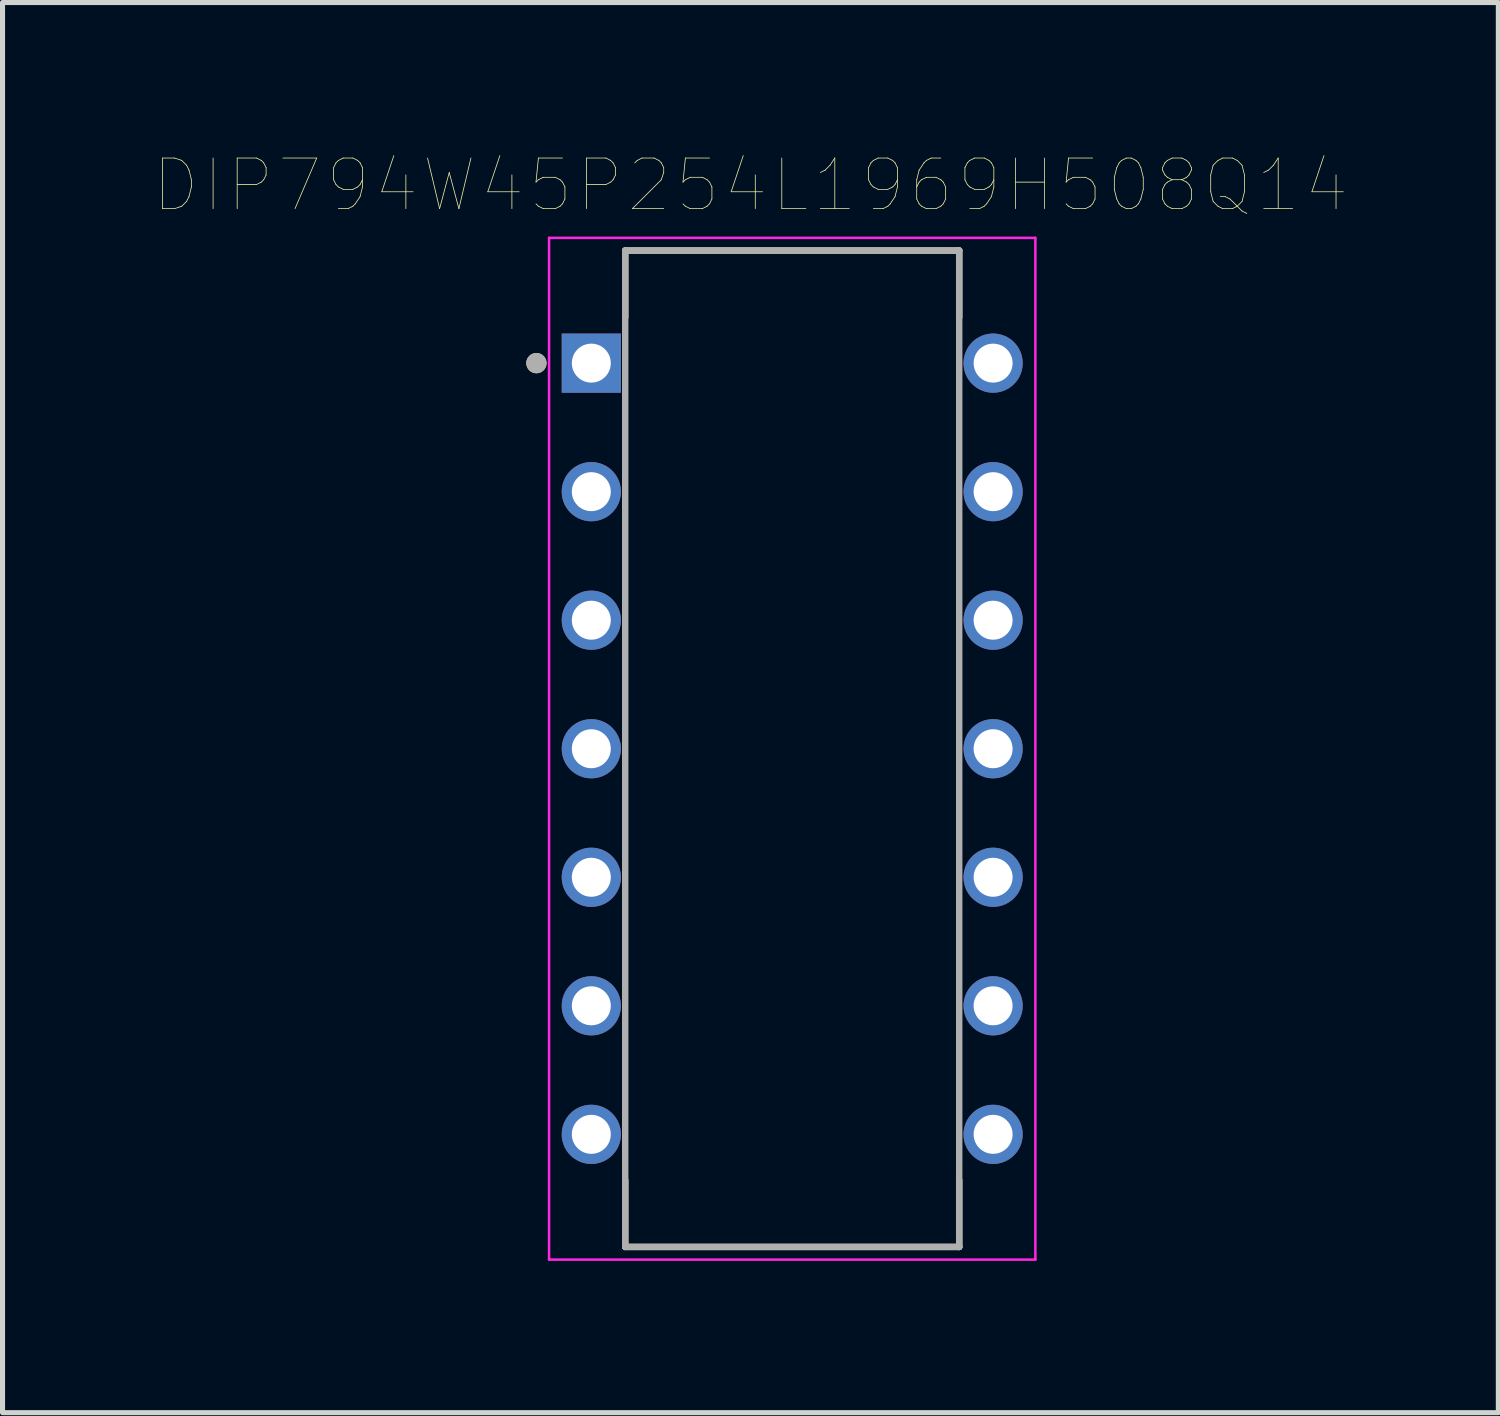
<source format=kicad_pcb>
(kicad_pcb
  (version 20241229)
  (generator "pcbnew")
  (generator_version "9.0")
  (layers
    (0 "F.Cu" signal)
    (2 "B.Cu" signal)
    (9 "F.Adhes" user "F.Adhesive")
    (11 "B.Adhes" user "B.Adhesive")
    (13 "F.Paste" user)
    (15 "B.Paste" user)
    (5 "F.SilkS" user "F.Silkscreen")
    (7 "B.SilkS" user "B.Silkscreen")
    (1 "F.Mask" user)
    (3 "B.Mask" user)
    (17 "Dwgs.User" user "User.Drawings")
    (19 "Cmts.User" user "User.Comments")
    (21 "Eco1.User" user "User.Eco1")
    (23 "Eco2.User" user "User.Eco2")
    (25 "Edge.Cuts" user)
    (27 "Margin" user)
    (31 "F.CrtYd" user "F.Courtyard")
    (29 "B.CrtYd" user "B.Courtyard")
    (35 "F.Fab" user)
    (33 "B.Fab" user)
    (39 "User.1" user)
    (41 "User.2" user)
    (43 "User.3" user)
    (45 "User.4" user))
  (footprint "DIP794W45P254L1969H508Q14"
    (layer "F.Cu")
    (at 12.605 11.746)
    (property "Reference" "DIP794W45P254L1969H508Q14" (at -0.825 -11.135 0) (layer "F.SilkS") (effects (font (size 1 1) (thickness 0.015))))
    (attr through_hole)
    (fp_line (start -3.3 -9.845) (end 3.3 -9.845) (stroke (width 0.127) (type solid)) (layer "F.SilkS"))
    (fp_line (start -3.3 -8.525) (end -3.3 -9.845) (stroke (width 0.127) (type solid)) (layer "F.SilkS"))
    (fp_line (start -3.3 9.845) (end -3.3 8.525) (stroke (width 0.127) (type solid)) (layer "F.SilkS"))
    (fp_line (start 3.3 -9.845) (end 3.3 -8.525) (stroke (width 0.127) (type solid)) (layer "F.SilkS"))
    (fp_line (start 3.3 8.525) (end 3.3 9.845) (stroke (width 0.127) (type solid)) (layer "F.SilkS"))
    (fp_line (start 3.3 9.845) (end -3.3 9.845) (stroke (width 0.127) (type solid)) (layer "F.SilkS"))
    (fp_circle (center -5.055 -7.62) (end -4.955 -7.62) (stroke (width 0.2) (type solid)) (fill no) (layer "F.SilkS"))
    (fp_line (start -4.805 -10.095) (end -4.805 10.095) (stroke (width 0.05) (type solid)) (layer "F.CrtYd"))
    (fp_line (start 4.805 -10.095) (end -4.805 -10.095) (stroke (width 0.05) (type solid)) (layer "F.CrtYd"))
    (fp_line (start 4.805 -10.095) (end 4.805 10.095) (stroke (width 0.05) (type solid)) (layer "F.CrtYd"))
    (fp_line (start 4.805 10.095) (end -4.805 10.095) (stroke (width 0.05) (type solid)) (layer "F.CrtYd"))
    (fp_line (start -3.3 -9.845) (end -3.3 9.845) (stroke (width 0.127) (type solid)) (layer "F.Fab"))
    (fp_line (start -3.3 -9.845) (end 3.3 -9.845) (stroke (width 0.127) (type solid)) (layer "F.Fab"))
    (fp_line (start -3.3 9.845) (end 3.3 9.845) (stroke (width 0.127) (type solid)) (layer "F.Fab"))
    (fp_line (start 3.3 -9.845) (end 3.3 9.845) (stroke (width 0.127) (type solid)) (layer "F.Fab"))
    (fp_circle (center -5.055 -7.62) (end -4.955 -7.62) (stroke (width 0.2) (type solid)) (fill no) (layer "F.Fab"))
    (pad "1" thru_hole rect (at -3.97 -7.62) (size 1.17 1.17) (drill 0.77) (layers "*.Cu" "*.Mask"))
    (pad "2" thru_hole circle (at -3.97 -5.08) (size 1.17 1.17) (drill 0.77) (layers "*.Cu" "*.Mask"))
    (pad "3" thru_hole circle (at -3.97 -2.54) (size 1.17 1.17) (drill 0.77) (layers "*.Cu" "*.Mask"))
    (pad "4" thru_hole circle (at -3.97 0) (size 1.17 1.17) (drill 0.77) (layers "*.Cu" "*.Mask"))
    (pad "5" thru_hole circle (at -3.97 2.54) (size 1.17 1.17) (drill 0.77) (layers "*.Cu" "*.Mask"))
    (pad "6" thru_hole circle (at -3.97 5.08) (size 1.17 1.17) (drill 0.77) (layers "*.Cu" "*.Mask"))
    (pad "7" thru_hole circle (at -3.97 7.62) (size 1.17 1.17) (drill 0.77) (layers "*.Cu" "*.Mask"))
    (pad "8" thru_hole circle (at 3.97 7.62) (size 1.17 1.17) (drill 0.77) (layers "*.Cu" "*.Mask"))
    (pad "9" thru_hole circle (at 3.97 5.08) (size 1.17 1.17) (drill 0.77) (layers "*.Cu" "*.Mask"))
    (pad "10" thru_hole circle (at 3.97 2.54) (size 1.17 1.17) (drill 0.77) (layers "*.Cu" "*.Mask"))
    (pad "11" thru_hole circle (at 3.97 0) (size 1.17 1.17) (drill 0.77) (layers "*.Cu" "*.Mask"))
    (pad "12" thru_hole circle (at 3.97 -2.54) (size 1.17 1.17) (drill 0.77) (layers "*.Cu" "*.Mask"))
    (pad "13" thru_hole circle (at 3.97 -5.08) (size 1.17 1.17) (drill 0.77) (layers "*.Cu" "*.Mask"))
    (pad "14" thru_hole circle (at 3.97 -7.62) (size 1.17 1.17) (drill 0.77) (layers "*.Cu" "*.Mask")))
  (gr_rect
    (start -3 -3)
    (end 26.559 24.866)
    (stroke (width 0.1) (type default))
    (fill no)
    (layer "Edge.Cuts")))
</source>
